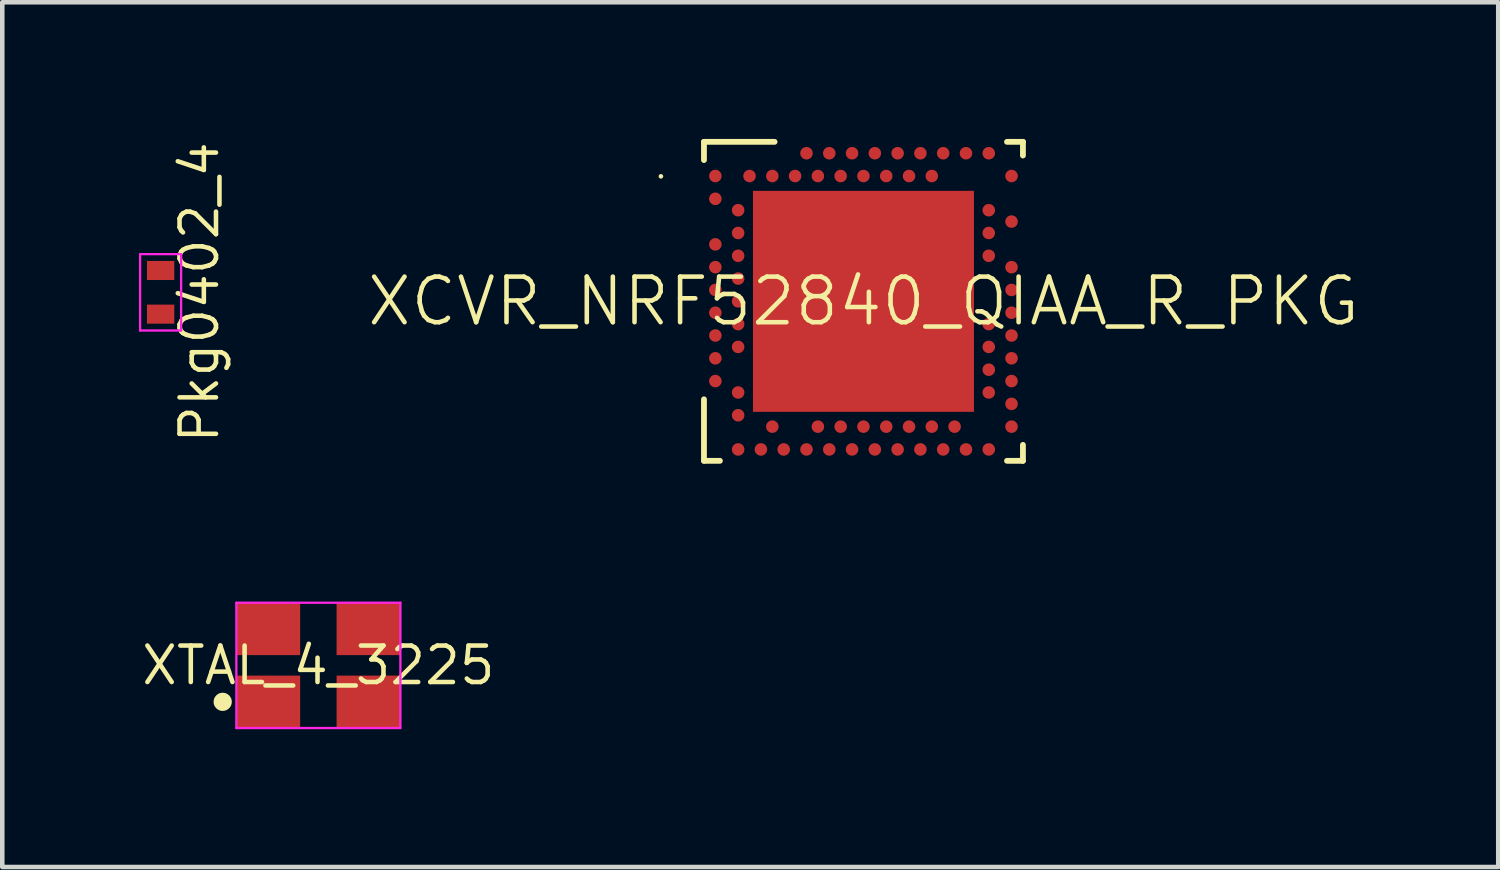
<source format=kicad_pcb>
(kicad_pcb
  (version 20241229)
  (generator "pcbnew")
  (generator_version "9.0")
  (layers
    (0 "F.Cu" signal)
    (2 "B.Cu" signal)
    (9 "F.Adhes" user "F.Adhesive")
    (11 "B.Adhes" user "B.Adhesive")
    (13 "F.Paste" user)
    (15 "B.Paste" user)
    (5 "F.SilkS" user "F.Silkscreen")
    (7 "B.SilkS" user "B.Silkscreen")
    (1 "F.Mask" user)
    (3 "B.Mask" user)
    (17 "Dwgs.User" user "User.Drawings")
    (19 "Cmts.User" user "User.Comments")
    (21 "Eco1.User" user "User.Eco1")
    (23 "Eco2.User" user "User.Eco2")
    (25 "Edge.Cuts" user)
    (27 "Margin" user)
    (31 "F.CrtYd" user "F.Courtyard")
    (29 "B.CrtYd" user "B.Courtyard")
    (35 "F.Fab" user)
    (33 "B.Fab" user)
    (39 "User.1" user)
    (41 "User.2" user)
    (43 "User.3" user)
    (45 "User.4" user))
  (footprint "XTAL_4_3225"
    (layer "F.Cu")
    (at 3.937 11.552)
    (property "Reference" "XTAL_4_3225" (at 0 0 0) (layer "F.SilkS") (effects (font (size 0.8 0.8) (thickness 0.1))))
    (fp_poly (pts (xy -1.9 0.8) (xy -1.904 0.761) (xy -1.915 0.723) (xy -1.934 0.689) (xy -1.959 0.659) (xy -1.989 0.634) (xy -2.023 0.615) (xy -2.061 0.604) (xy -2.1 0.6) (xy -2.139 0.604) (xy -2.177 0.615) (xy -2.211 0.634) (xy -2.241 0.659) (xy -2.266 0.689) (xy -2.285 0.723) (xy -2.296 0.761) (xy -2.3 0.8) (xy -2.296 0.839) (xy -2.285 0.877) (xy -2.266 0.911) (xy -2.241 0.941) (xy -2.211 0.966) (xy -2.177 0.985) (xy -2.139 0.996) (xy -2.1 1) (xy -2.061 0.996) (xy -2.023 0.985) (xy -1.989 0.966) (xy -1.959 0.941) (xy -1.934 0.911) (xy -1.915 0.877) (xy -1.904 0.839)) (stroke (width 0) (type solid)) (fill yes) (layer "F.SilkS"))
    (fp_line (start -1.8 -1.375) (end -1.8 1.375) (stroke (width 0.05) (type solid)) (layer "F.CrtYd"))
    (fp_line (start -1.8 1.375) (end 1.8 1.375) (stroke (width 0.05) (type solid)) (layer "F.CrtYd"))
    (fp_line (start 1.8 -1.375) (end -1.8 -1.375) (stroke (width 0.05) (type solid)) (layer "F.CrtYd"))
    (fp_line (start 1.8 1.375) (end 1.8 -1.375) (stroke (width 0.05) (type solid)) (layer "F.CrtYd"))
    (pad "" smd rect (at -1.1 -0.8) (size 1.5 1.25) (layers "F.Mask"))
    (pad "" smd rect (at -1.1 0.8) (size 1.5 1.25) (layers "F.Mask"))
    (pad "" smd rect (at 1.1 -0.8) (size 1.5 1.25) (layers "F.Mask"))
    (pad "" smd rect (at 1.1 0.8) (size 1.5 1.25) (layers "F.Mask"))
    (pad "1" smd rect (at -1.1 0.8) (size 1.4 1.15) (layers "F.Cu" "F.Paste"))
    (pad "2" smd rect (at 1.1 0.8) (size 1.4 1.15) (layers "F.Cu" "F.Paste"))
    (pad "3" smd rect (at 1.1 -0.8) (size 1.4 1.15) (layers "F.Cu" "F.Paste"))
    (pad "4" smd rect (at -1.1 -0.8) (size 1.4 1.15) (layers "F.Cu" "F.Paste")))
  (footprint "XCVR_NRF52840_QIAA_R_PKG"
    (layer "F.Cu")
    (at 15.899 3.563)
    (property "Reference" "XCVR_NRF52840_QIAA_R_PKG" (at 0 0 0) (layer "F.SilkS") (effects (font (size 1 1) (thickness 0.1))))
    (fp_line (start -3.5 -3.5) (end -1.95 -3.5) (stroke (width 0.127) (type solid)) (layer "F.SilkS"))
    (fp_line (start -3.5 -3.1) (end -3.5 -3.5) (stroke (width 0.127) (type solid)) (layer "F.SilkS"))
    (fp_line (start -3.5 3.5) (end -3.5 2.15) (stroke (width 0.127) (type solid)) (layer "F.SilkS"))
    (fp_line (start -3.15 3.5) (end -3.5 3.5) (stroke (width 0.127) (type solid)) (layer "F.SilkS"))
    (fp_line (start 3.15 -3.5) (end 3.5 -3.5) (stroke (width 0.127) (type solid)) (layer "F.SilkS"))
    (fp_line (start 3.5 -3.5) (end 3.5 -3.2) (stroke (width 0.127) (type solid)) (layer "F.SilkS"))
    (fp_line (start 3.5 3.15) (end 3.5 3.5) (stroke (width 0.127) (type solid)) (layer "F.SilkS"))
    (fp_line (start 3.5 3.5) (end 3.15 3.5) (stroke (width 0.127) (type solid)) (layer "F.SilkS"))
    (fp_poly (pts (xy -4.395 -2.743) (xy -4.396 -2.753) (xy -4.399 -2.762) (xy -4.403 -2.771) (xy -4.41 -2.779) (xy -4.417 -2.785) (xy -4.426 -2.789) (xy -4.435 -2.792) (xy -4.445 -2.793) (xy -4.455 -2.792) (xy -4.464 -2.789) (xy -4.473 -2.785) (xy -4.48 -2.779) (xy -4.487 -2.771) (xy -4.491 -2.762) (xy -4.494 -2.753) (xy -4.495 -2.743) (xy -4.494 -2.733) (xy -4.491 -2.724) (xy -4.487 -2.715) (xy -4.48 -2.708) (xy -4.473 -2.702) (xy -4.464 -2.697) (xy -4.455 -2.694) (xy -4.445 -2.693) (xy -4.435 -2.694) (xy -4.426 -2.697) (xy -4.417 -2.702) (xy -4.41 -2.708) (xy -4.403 -2.715) (xy -4.399 -2.724) (xy -4.396 -2.733)) (stroke (width 0) (type solid)) (fill yes) (layer "F.SilkS"))
    (pad "" smd circle (at -3.25 -2.75) (size 0.3 0.3) (layers "F.Paste"))
    (pad "" smd circle (at -3.25 -2.75) (size 0.375 0.375) (layers "F.Mask"))
    (pad "" smd circle (at -3.25 -2.25) (size 0.3 0.3) (layers "F.Paste"))
    (pad "" smd circle (at -3.25 -2.25) (size 0.375 0.375) (layers "F.Mask"))
    (pad "" smd circle (at -3.25 -1.25) (size 0.3 0.3) (layers "F.Paste"))
    (pad "" smd circle (at -3.25 -1.25) (size 0.375 0.375) (layers "F.Mask"))
    (pad "" smd circle (at -3.25 -0.75) (size 0.3 0.3) (layers "F.Paste"))
    (pad "" smd circle (at -3.25 -0.75) (size 0.375 0.375) (layers "F.Mask"))
    (pad "" smd circle (at -3.25 -0.25) (size 0.3 0.3) (layers "F.Paste"))
    (pad "" smd circle (at -3.25 -0.25) (size 0.375 0.375) (layers "F.Mask"))
    (pad "" smd circle (at -3.25 0.25) (size 0.3 0.3) (layers "F.Paste"))
    (pad "" smd circle (at -3.25 0.25) (size 0.375 0.375) (layers "F.Mask"))
    (pad "" smd circle (at -3.25 0.75) (size 0.3 0.3) (layers "F.Paste"))
    (pad "" smd circle (at -3.25 0.75) (size 0.375 0.375) (layers "F.Mask"))
    (pad "" smd circle (at -3.25 1.25) (size 0.3 0.3) (layers "F.Paste"))
    (pad "" smd circle (at -3.25 1.25) (size 0.375 0.375) (layers "F.Mask"))
    (pad "" smd circle (at -3.25 1.75) (size 0.3 0.3) (layers "F.Paste"))
    (pad "" smd circle (at -3.25 1.75) (size 0.375 0.375) (layers "F.Mask"))
    (pad "" smd circle (at -2.75 -2) (size 0.3 0.3) (layers "F.Paste"))
    (pad "" smd circle (at -2.75 -2) (size 0.375 0.375) (layers "F.Mask"))
    (pad "" smd circle (at -2.75 -1.5) (size 0.3 0.3) (layers "F.Paste"))
    (pad "" smd circle (at -2.75 -1.5) (size 0.375 0.375) (layers "F.Mask"))
    (pad "" smd circle (at -2.75 -1) (size 0.3 0.3) (layers "F.Paste"))
    (pad "" smd circle (at -2.75 -1) (size 0.375 0.375) (layers "F.Mask"))
    (pad "" smd circle (at -2.75 -0.5) (size 0.3 0.3) (layers "F.Paste"))
    (pad "" smd circle (at -2.75 -0.5) (size 0.375 0.375) (layers "F.Mask"))
    (pad "" smd circle (at -2.75 0) (size 0.3 0.3) (layers "F.Paste"))
    (pad "" smd circle (at -2.75 0) (size 0.375 0.375) (layers "F.Mask"))
    (pad "" smd circle (at -2.75 0.5) (size 0.3 0.3) (layers "F.Paste"))
    (pad "" smd circle (at -2.75 0.5) (size 0.375 0.375) (layers "F.Mask"))
    (pad "" smd circle (at -2.75 1) (size 0.3 0.3) (layers "F.Paste"))
    (pad "" smd circle (at -2.75 1) (size 0.375 0.375) (layers "F.Mask"))
    (pad "" smd circle (at -2.75 2) (size 0.3 0.3) (layers "F.Paste"))
    (pad "" smd circle (at -2.75 2) (size 0.375 0.375) (layers "F.Mask"))
    (pad "" smd circle (at -2.75 2.5) (size 0.3 0.3) (layers "F.Paste"))
    (pad "" smd circle (at -2.75 2.5) (size 0.375 0.375) (layers "F.Mask"))
    (pad "" smd circle (at -2.75 3.25) (size 0.3 0.3) (layers "F.Paste"))
    (pad "" smd circle (at -2.75 3.25) (size 0.375 0.375) (layers "F.Mask"))
    (pad "" smd circle (at -2.5 -2.75) (size 0.3 0.3) (layers "F.Paste"))
    (pad "" smd circle (at -2.5 -2.75) (size 0.375 0.375) (layers "F.Mask"))
    (pad "" smd circle (at -2.25 3.25) (size 0.3 0.3) (layers "F.Paste"))
    (pad "" smd circle (at -2.25 3.25) (size 0.375 0.375) (layers "F.Mask"))
    (pad "" smd circle (at -2 -2.75) (size 0.3 0.3) (layers "F.Paste"))
    (pad "" smd circle (at -2 -2.75) (size 0.375 0.375) (layers "F.Mask"))
    (pad "" smd circle (at -2 2.75) (size 0.3 0.3) (layers "F.Paste"))
    (pad "" smd circle (at -2 2.75) (size 0.375 0.375) (layers "F.Mask"))
    (pad "" smd circle (at -1.75 3.25) (size 0.3 0.3) (layers "F.Paste"))
    (pad "" smd circle (at -1.75 3.25) (size 0.375 0.375) (layers "F.Mask"))
    (pad "" smd circle (at -1.5 -2.75) (size 0.3 0.3) (layers "F.Paste"))
    (pad "" smd circle (at -1.5 -2.75) (size 0.375 0.375) (layers "F.Mask"))
    (pad "" smd circle (at -1.25 -3.25) (size 0.3 0.3) (layers "F.Paste"))
    (pad "" smd circle (at -1.25 -3.25) (size 0.375 0.375) (layers "F.Mask"))
    (pad "" smd circle (at -1.25 3.25) (size 0.3 0.3) (layers "F.Paste"))
    (pad "" smd circle (at -1.25 3.25) (size 0.375 0.375) (layers "F.Mask"))
    (pad "" smd circle (at -1 -2.75) (size 0.3 0.3) (layers "F.Paste"))
    (pad "" smd circle (at -1 -2.75) (size 0.375 0.375) (layers "F.Mask"))
    (pad "" smd circle (at -1 2.75) (size 0.3 0.3) (layers "F.Paste"))
    (pad "" smd circle (at -1 2.75) (size 0.375 0.375) (layers "F.Mask"))
    (pad "" smd circle (at -0.75 -3.25) (size 0.3 0.3) (layers "F.Paste"))
    (pad "" smd circle (at -0.75 -3.25) (size 0.375 0.375) (layers "F.Mask"))
    (pad "" smd circle (at -0.75 3.25) (size 0.3 0.3) (layers "F.Paste"))
    (pad "" smd circle (at -0.75 3.25) (size 0.375 0.375) (layers "F.Mask"))
    (pad "" smd circle (at -0.5 -2.75) (size 0.3 0.3) (layers "F.Paste"))
    (pad "" smd circle (at -0.5 -2.75) (size 0.375 0.375) (layers "F.Mask"))
    (pad "" smd circle (at -0.5 2.75) (size 0.3 0.3) (layers "F.Paste"))
    (pad "" smd circle (at -0.5 2.75) (size 0.375 0.375) (layers "F.Mask"))
    (pad "" smd circle (at -0.25 -3.25) (size 0.3 0.3) (layers "F.Paste"))
    (pad "" smd circle (at -0.25 -3.25) (size 0.375 0.375) (layers "F.Mask"))
    (pad "" smd circle (at -0.25 3.25) (size 0.3 0.3) (layers "F.Paste"))
    (pad "" smd circle (at -0.25 3.25) (size 0.375 0.375) (layers "F.Mask"))
    (pad "" smd circle (at 0 -2.75) (size 0.3 0.3) (layers "F.Paste"))
    (pad "" smd circle (at 0 -2.75) (size 0.375 0.375) (layers "F.Mask"))
    (pad "" smd rect (at 0 0) (size 4.95 4.95) (layers "F.Mask"))
    (pad "" smd circle (at 0 2.75) (size 0.3 0.3) (layers "F.Paste"))
    (pad "" smd circle (at 0 2.75) (size 0.375 0.375) (layers "F.Mask"))
    (pad "" smd circle (at 0.25 -3.25) (size 0.3 0.3) (layers "F.Paste"))
    (pad "" smd circle (at 0.25 -3.25) (size 0.375 0.375) (layers "F.Mask"))
    (pad "" smd circle (at 0.25 3.25) (size 0.3 0.3) (layers "F.Paste"))
    (pad "" smd circle (at 0.25 3.25) (size 0.375 0.375) (layers "F.Mask"))
    (pad "" smd circle (at 0.5 -2.75) (size 0.3 0.3) (layers "F.Paste"))
    (pad "" smd circle (at 0.5 -2.75) (size 0.375 0.375) (layers "F.Mask"))
    (pad "" smd circle (at 0.5 2.75) (size 0.3 0.3) (layers "F.Paste"))
    (pad "" smd circle (at 0.5 2.75) (size 0.375 0.375) (layers "F.Mask"))
    (pad "" smd circle (at 0.75 -3.25) (size 0.3 0.3) (layers "F.Paste"))
    (pad "" smd circle (at 0.75 -3.25) (size 0.375 0.375) (layers "F.Mask"))
    (pad "" smd circle (at 0.75 3.25) (size 0.3 0.3) (layers "F.Paste"))
    (pad "" smd circle (at 0.75 3.25) (size 0.375 0.375) (layers "F.Mask"))
    (pad "" smd circle (at 1 -2.75) (size 0.3 0.3) (layers "F.Paste"))
    (pad "" smd circle (at 1 -2.75) (size 0.375 0.375) (layers "F.Mask"))
    (pad "" smd circle (at 1 2.75) (size 0.3 0.3) (layers "F.Paste"))
    (pad "" smd circle (at 1 2.75) (size 0.375 0.375) (layers "F.Mask"))
    (pad "" smd circle (at 1.25 -3.25) (size 0.3 0.3) (layers "F.Paste"))
    (pad "" smd circle (at 1.25 -3.25) (size 0.375 0.375) (layers "F.Mask"))
    (pad "" smd circle (at 1.25 3.25) (size 0.3 0.3) (layers "F.Paste"))
    (pad "" smd circle (at 1.25 3.25) (size 0.375 0.375) (layers "F.Mask"))
    (pad "" smd circle (at 1.5 -2.75) (size 0.3 0.3) (layers "F.Paste"))
    (pad "" smd circle (at 1.5 -2.75) (size 0.375 0.375) (layers "F.Mask"))
    (pad "" smd circle (at 1.5 2.75) (size 0.3 0.3) (layers "F.Paste"))
    (pad "" smd circle (at 1.5 2.75) (size 0.375 0.375) (layers "F.Mask"))
    (pad "" smd circle (at 1.75 -3.25) (size 0.3 0.3) (layers "F.Paste"))
    (pad "" smd circle (at 1.75 -3.25) (size 0.375 0.375) (layers "F.Mask"))
    (pad "" smd circle (at 1.75 3.25) (size 0.3 0.3) (layers "F.Paste"))
    (pad "" smd circle (at 1.75 3.25) (size 0.375 0.375) (layers "F.Mask"))
    (pad "" smd circle (at 2 2.75) (size 0.3 0.3) (layers "F.Paste"))
    (pad "" smd circle (at 2 2.75) (size 0.375 0.375) (layers "F.Mask"))
    (pad "" smd circle (at 2.25 -3.25) (size 0.3 0.3) (layers "F.Paste"))
    (pad "" smd circle (at 2.25 -3.25) (size 0.375 0.375) (layers "F.Mask"))
    (pad "" smd circle (at 2.25 3.25) (size 0.3 0.3) (layers "F.Paste"))
    (pad "" smd circle (at 2.25 3.25) (size 0.375 0.375) (layers "F.Mask"))
    (pad "" smd circle (at 2.75 -3.25) (size 0.3 0.3) (layers "F.Paste"))
    (pad "" smd circle (at 2.75 -3.25) (size 0.375 0.375) (layers "F.Mask"))
    (pad "" smd circle (at 2.75 -2) (size 0.3 0.3) (layers "F.Paste"))
    (pad "" smd circle (at 2.75 -2) (size 0.375 0.375) (layers "F.Mask"))
    (pad "" smd circle (at 2.75 -1.5) (size 0.3 0.3) (layers "F.Paste"))
    (pad "" smd circle (at 2.75 -1.5) (size 0.375 0.375) (layers "F.Mask"))
    (pad "" smd circle (at 2.75 -1) (size 0.3 0.3) (layers "F.Paste"))
    (pad "" smd circle (at 2.75 -1) (size 0.375 0.375) (layers "F.Mask"))
    (pad "" smd circle (at 2.75 0.5) (size 0.3 0.3) (layers "F.Paste"))
    (pad "" smd circle (at 2.75 0.5) (size 0.375 0.375) (layers "F.Mask"))
    (pad "" smd circle (at 2.75 1) (size 0.3 0.3) (layers "F.Paste"))
    (pad "" smd circle (at 2.75 1) (size 0.375 0.375) (layers "F.Mask"))
    (pad "" smd circle (at 2.75 1.5) (size 0.3 0.3) (layers "F.Paste"))
    (pad "" smd circle (at 2.75 1.5) (size 0.375 0.375) (layers "F.Mask"))
    (pad "" smd circle (at 2.75 2) (size 0.3 0.3) (layers "F.Paste"))
    (pad "" smd circle (at 2.75 2) (size 0.375 0.375) (layers "F.Mask"))
    (pad "" smd circle (at 2.75 3.25) (size 0.3 0.3) (layers "F.Paste"))
    (pad "" smd circle (at 2.75 3.25) (size 0.375 0.375) (layers "F.Mask"))
    (pad "" smd circle (at 3.25 -2.75) (size 0.3 0.3) (layers "F.Paste"))
    (pad "" smd circle (at 3.25 -2.75) (size 0.375 0.375) (layers "F.Mask"))
    (pad "" smd circle (at 3.25 -1.75) (size 0.3 0.3) (layers "F.Paste"))
    (pad "" smd circle (at 3.25 -1.75) (size 0.375 0.375) (layers "F.Mask"))
    (pad "" smd circle (at 3.25 -0.75) (size 0.3 0.3) (layers "F.Paste"))
    (pad "" smd circle (at 3.25 -0.75) (size 0.375 0.375) (layers "F.Mask"))
    (pad "" smd circle (at 3.25 -0.25) (size 0.3 0.3) (layers "F.Paste"))
    (pad "" smd circle (at 3.25 -0.25) (size 0.375 0.375) (layers "F.Mask"))
    (pad "" smd circle (at 3.25 0.25) (size 0.3 0.3) (layers "F.Paste"))
    (pad "" smd circle (at 3.25 0.25) (size 0.375 0.375) (layers "F.Mask"))
    (pad "" smd circle (at 3.25 0.75) (size 0.3 0.3) (layers "F.Paste"))
    (pad "" smd circle (at 3.25 0.75) (size 0.375 0.375) (layers "F.Mask"))
    (pad "" smd circle (at 3.25 1.25) (size 0.3 0.3) (layers "F.Paste"))
    (pad "" smd circle (at 3.25 1.25) (size 0.375 0.375) (layers "F.Mask"))
    (pad "" smd circle (at 3.25 1.75) (size 0.3 0.3) (layers "F.Paste"))
    (pad "" smd circle (at 3.25 1.75) (size 0.375 0.375) (layers "F.Mask"))
    (pad "" smd circle (at 3.25 2.25) (size 0.3 0.3) (layers "F.Paste"))
    (pad "" smd circle (at 3.25 2.25) (size 0.375 0.375) (layers "F.Mask"))
    (pad "" smd circle (at 3.25 2.75) (size 0.3 0.3) (layers "F.Paste"))
    (pad "" smd circle (at 3.25 2.75) (size 0.375 0.375) (layers "F.Mask"))
    (pad "74" smd rect (at 0 0) (size 4.85 4.85) (layers "F.Cu" "F.Paste"))
    (pad "A8" smd circle (at -1.25 -3.25) (size 0.275 0.275) (layers "F.Cu"))
    (pad "A10" smd circle (at -0.75 -3.25) (size 0.275 0.275) (layers "F.Cu"))
    (pad "A12" smd circle (at -0.25 -3.25) (size 0.275 0.275) (layers "F.Cu"))
    (pad "A14" smd circle (at 0.25 -3.25) (size 0.275 0.275) (layers "F.Cu"))
    (pad "A16" smd circle (at 0.75 -3.25) (size 0.275 0.275) (layers "F.Cu"))
    (pad "A18" smd circle (at 1.25 -3.25) (size 0.275 0.275) (layers "F.Cu"))
    (pad "A20" smd circle (at 1.75 -3.25) (size 0.275 0.275) (layers "F.Cu"))
    (pad "A22" smd circle (at 2.25 -3.25) (size 0.275 0.275) (layers "F.Cu"))
    (pad "A23" smd circle (at 2.75 -3.25) (size 0.275 0.275) (layers "F.Cu"))
    (pad "AA24" smd circle (at 3.25 2.25) (size 0.275 0.275) (layers "F.Cu"))
    (pad "AB2" smd circle (at -2.75 2.5) (size 0.275 0.275) (layers "F.Cu"))
    (pad "AC5" smd circle (at -2 2.75) (size 0.275 0.275) (layers "F.Cu"))
    (pad "AC9" smd circle (at -1 2.75) (size 0.275 0.275) (layers "F.Cu"))
    (pad "AC11" smd circle (at -0.5 2.75) (size 0.275 0.275) (layers "F.Cu"))
    (pad "AC13" smd circle (at 0 2.75) (size 0.275 0.275) (layers "F.Cu"))
    (pad "AC15" smd circle (at 0.5 2.75) (size 0.275 0.275) (layers "F.Cu"))
    (pad "AC17" smd circle (at 1 2.75) (size 0.275 0.275) (layers "F.Cu"))
    (pad "AC19" smd circle (at 1.5 2.75) (size 0.275 0.275) (layers "F.Cu"))
    (pad "AC21" smd circle (at 2 2.75) (size 0.275 0.275) (layers "F.Cu"))
    (pad "AC24" smd circle (at 3.25 2.75) (size 0.275 0.275) (layers "F.Cu"))
    (pad "AD2" smd circle (at -2.75 3.25) (size 0.275 0.275) (layers "F.Cu"))
    (pad "AD4" smd circle (at -2.25 3.25) (size 0.275 0.275) (layers "F.Cu"))
    (pad "AD6" smd circle (at -1.75 3.25) (size 0.275 0.275) (layers "F.Cu"))
    (pad "AD8" smd circle (at -1.25 3.25) (size 0.275 0.275) (layers "F.Cu"))
    (pad "AD10" smd circle (at -0.75 3.25) (size 0.275 0.275) (layers "F.Cu"))
    (pad "AD12" smd circle (at -0.25 3.25) (size 0.275 0.275) (layers "F.Cu"))
    (pad "AD14" smd circle (at 0.25 3.25) (size 0.275 0.275) (layers "F.Cu"))
    (pad "AD16" smd circle (at 0.75 3.25) (size 0.275 0.275) (layers "F.Cu"))
    (pad "AD18" smd circle (at 1.25 3.25) (size 0.275 0.275) (layers "F.Cu"))
    (pad "AD20" smd circle (at 1.75 3.25) (size 0.275 0.275) (layers "F.Cu"))
    (pad "AD22" smd circle (at 2.25 3.25) (size 0.275 0.275) (layers "F.Cu"))
    (pad "AD23" smd circle (at 2.75 3.25) (size 0.275 0.275) (layers "F.Cu"))
    (pad "B1" smd circle (at -3.25 -2.75) (size 0.275 0.275) (layers "F.Cu"))
    (pad "B3" smd circle (at -2.5 -2.75) (size 0.275 0.275) (layers "F.Cu"))
    (pad "B5" smd circle (at -2 -2.75) (size 0.275 0.275) (layers "F.Cu"))
    (pad "B7" smd circle (at -1.5 -2.75) (size 0.275 0.275) (layers "F.Cu"))
    (pad "B9" smd circle (at -1 -2.75) (size 0.275 0.275) (layers "F.Cu"))
    (pad "B11" smd circle (at -0.5 -2.75) (size 0.275 0.275) (layers "F.Cu"))
    (pad "B13" smd circle (at 0 -2.75) (size 0.275 0.275) (layers "F.Cu"))
    (pad "B15" smd circle (at 0.5 -2.75) (size 0.275 0.275) (layers "F.Cu"))
    (pad "B17" smd circle (at 1 -2.75) (size 0.275 0.275) (layers "F.Cu"))
    (pad "B19" smd circle (at 1.5 -2.75) (size 0.275 0.275) (layers "F.Cu"))
    (pad "B24" smd circle (at 3.25 -2.75) (size 0.275 0.275) (layers "F.Cu"))
    (pad "C1" smd circle (at -3.25 -2.25) (size 0.275 0.275) (layers "F.Cu"))
    (pad "D2" smd circle (at -2.75 -2) (size 0.275 0.275) (layers "F.Cu"))
    (pad "D23" smd circle (at 2.75 -2) (size 0.275 0.275) (layers "F.Cu"))
    (pad "E24" smd circle (at 3.25 -1.75) (size 0.275 0.275) (layers "F.Cu"))
    (pad "F2" smd circle (at -2.75 -1.5) (size 0.275 0.275) (layers "F.Cu"))
    (pad "F23" smd circle (at 2.75 -1.5) (size 0.275 0.275) (layers "F.Cu"))
    (pad "G1" smd circle (at -3.25 -1.25) (size 0.275 0.275) (layers "F.Cu"))
    (pad "H2" smd circle (at -2.75 -1) (size 0.275 0.275) (layers "F.Cu"))
    (pad "H23" smd circle (at 2.75 -1) (size 0.275 0.275) (layers "F.Cu"))
    (pad "J1" smd circle (at -3.25 -0.75) (size 0.275 0.275) (layers "F.Cu"))
    (pad "J24" smd circle (at 3.25 -0.75) (size 0.275 0.275) (layers "F.Cu"))
    (pad "K2" smd circle (at -2.75 -0.5) (size 0.275 0.275) (layers "F.Cu"))
    (pad "L1" smd circle (at -3.25 -0.25) (size 0.275 0.275) (layers "F.Cu"))
    (pad "L24" smd circle (at 3.25 -0.25) (size 0.275 0.275) (layers "F.Cu"))
    (pad "M2" smd circle (at -2.75 0) (size 0.275 0.275) (layers "F.Cu"))
    (pad "N1" smd circle (at -3.25 0.25) (size 0.275 0.275) (layers "F.Cu"))
    (pad "N24" smd circle (at 3.25 0.25) (size 0.275 0.275) (layers "F.Cu"))
    (pad "P2" smd circle (at -2.75 0.5) (size 0.275 0.275) (layers "F.Cu"))
    (pad "P23" smd circle (at 2.75 0.5) (size 0.275 0.275) (layers "F.Cu"))
    (pad "R1" smd circle (at -3.25 0.75) (size 0.275 0.275) (layers "F.Cu"))
    (pad "R24" smd circle (at 3.25 0.75) (size 0.275 0.275) (layers "F.Cu"))
    (pad "T2" smd circle (at -2.75 1) (size 0.275 0.275) (layers "F.Cu"))
    (pad "T23" smd circle (at 2.75 1) (size 0.275 0.275) (layers "F.Cu"))
    (pad "U1" smd circle (at -3.25 1.25) (size 0.275 0.275) (layers "F.Cu"))
    (pad "U24" smd circle (at 3.25 1.25) (size 0.275 0.275) (layers "F.Cu"))
    (pad "V23" smd circle (at 2.75 1.5) (size 0.275 0.275) (layers "F.Cu"))
    (pad "W1" smd circle (at -3.25 1.75) (size 0.275 0.275) (layers "F.Cu"))
    (pad "W24" smd circle (at 3.25 1.75) (size 0.275 0.275) (layers "F.Cu"))
    (pad "Y2" smd circle (at -2.75 2) (size 0.275 0.275) (layers "F.Cu"))
    (pad "Y23" smd circle (at 2.75 2) (size 0.275 0.275) (layers "F.Cu")))
  (footprint "Pkg0402_4"
    (layer "F.Cu")
    (at 0.475 3.365)
    (property "Reference" "Pkg0402_4" (at 0.85 0 90) (layer "F.SilkS") (effects (font (size 0.8 0.8) (thickness 0.1))))
    (fp_line (start -0.45 -0.838) (end -0.45 0.838) (stroke (width 0.05) (type solid)) (layer "F.CrtYd"))
    (fp_line (start -0.45 0.838) (end 0.45 0.838) (stroke (width 0.05) (type solid)) (layer "F.CrtYd"))
    (fp_line (start 0.45 -0.838) (end -0.45 -0.838) (stroke (width 0.05) (type solid)) (layer "F.CrtYd"))
    (fp_line (start 0.45 0.838) (end 0.45 -0.838) (stroke (width 0.05) (type solid)) (layer "F.CrtYd"))
    (pad "" smd rect (at 0 -0.479) (size 0.7 0.518) (layers "F.Mask"))
    (pad "" smd rect (at 0 0.479) (size 0.7 0.518) (layers "F.Mask"))
    (pad "1" smd rect (at 0 -0.479) (size 0.6 0.418) (layers "F.Cu" "F.Paste"))
    (pad "2" smd rect (at 0 0.479) (size 0.6 0.418) (layers "F.Cu" "F.Paste")))
  (gr_rect
    (start -3 -3)
    (end 29.83 15.977)
    (stroke (width 0.1) (type default))
    (fill no)
    (layer "Edge.Cuts")))
</source>
